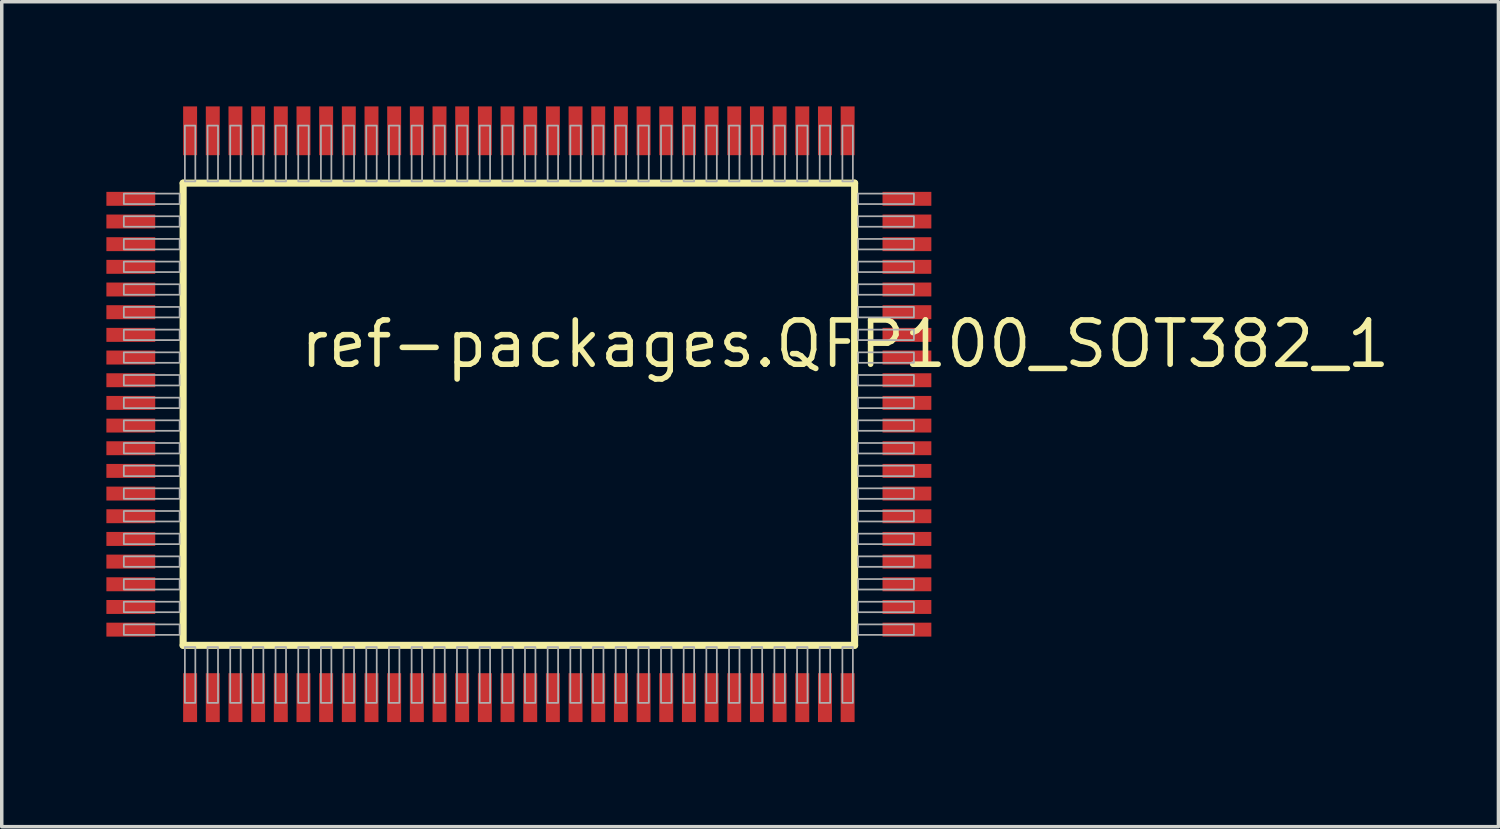
<source format=kicad_pcb>
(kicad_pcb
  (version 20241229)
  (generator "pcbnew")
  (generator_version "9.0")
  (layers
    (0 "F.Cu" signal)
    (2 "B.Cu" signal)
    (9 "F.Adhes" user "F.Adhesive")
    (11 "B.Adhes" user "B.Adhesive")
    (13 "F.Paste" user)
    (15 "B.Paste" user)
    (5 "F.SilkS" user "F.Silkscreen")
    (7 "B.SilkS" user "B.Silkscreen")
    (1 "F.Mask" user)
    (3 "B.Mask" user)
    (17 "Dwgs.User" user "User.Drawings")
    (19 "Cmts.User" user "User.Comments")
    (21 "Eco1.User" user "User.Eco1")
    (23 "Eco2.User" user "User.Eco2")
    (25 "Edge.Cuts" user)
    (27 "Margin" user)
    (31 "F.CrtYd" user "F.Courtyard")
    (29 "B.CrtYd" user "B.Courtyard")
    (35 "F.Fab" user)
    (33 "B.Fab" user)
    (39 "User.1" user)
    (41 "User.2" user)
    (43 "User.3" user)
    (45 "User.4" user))
  (footprint "ref-packages.QFP100_SOT382_1"
    (layer "F.Cu")
    (at 11.825 8.825)
    (property "Reference" "ref-packages.QFP100_SOT382_1" (at -6.35 -1.27 0) (layer "F.SilkS") (effects (font (size 1.27 1.27) (thickness 0.16)) (justify left bottom)))
    (attr smd)
    (fp_line (start -9.625 -6.625) (end 9.625 -6.625) (stroke (width 0.203) (type default)) (layer "F.SilkS"))
    (fp_line (start -9.625 6.625) (end -9.625 -6.625) (stroke (width 0.203) (type default)) (layer "F.SilkS"))
    (fp_line (start 9.625 -6.625) (end 9.625 6.625) (stroke (width 0.203) (type default)) (layer "F.SilkS"))
    (fp_line (start 9.625 6.625) (end -9.625 6.625) (stroke (width 0.203) (type default)) (layer "F.SilkS"))
    (fp_rect (start -11.325 -6.025) (end -9.725 -6.325) (stroke (width 0.05) (type default)) (fill no) (layer "F.Fab"))
    (fp_rect (start -11.325 -5.375) (end -9.725 -5.675) (stroke (width 0.05) (type default)) (fill no) (layer "F.Fab"))
    (fp_rect (start -11.325 -4.725) (end -9.725 -5.025) (stroke (width 0.05) (type default)) (fill no) (layer "F.Fab"))
    (fp_rect (start -11.325 -4.075) (end -9.725 -4.375) (stroke (width 0.05) (type default)) (fill no) (layer "F.Fab"))
    (fp_rect (start -11.325 -3.425) (end -9.725 -3.725) (stroke (width 0.05) (type default)) (fill no) (layer "F.Fab"))
    (fp_rect (start -11.325 -2.775) (end -9.725 -3.075) (stroke (width 0.05) (type default)) (fill no) (layer "F.Fab"))
    (fp_rect (start -11.325 -2.125) (end -9.725 -2.425) (stroke (width 0.05) (type default)) (fill no) (layer "F.Fab"))
    (fp_rect (start -11.325 -1.475) (end -9.725 -1.775) (stroke (width 0.05) (type default)) (fill no) (layer "F.Fab"))
    (fp_rect (start -11.325 -0.825) (end -9.725 -1.125) (stroke (width 0.05) (type default)) (fill no) (layer "F.Fab"))
    (fp_rect (start -11.325 -0.175) (end -9.725 -0.475) (stroke (width 0.05) (type default)) (fill no) (layer "F.Fab"))
    (fp_rect (start -11.325 0.475) (end -9.725 0.175) (stroke (width 0.05) (type default)) (fill no) (layer "F.Fab"))
    (fp_rect (start -11.325 1.125) (end -9.725 0.825) (stroke (width 0.05) (type default)) (fill no) (layer "F.Fab"))
    (fp_rect (start -11.325 1.775) (end -9.725 1.475) (stroke (width 0.05) (type default)) (fill no) (layer "F.Fab"))
    (fp_rect (start -11.325 2.425) (end -9.725 2.125) (stroke (width 0.05) (type default)) (fill no) (layer "F.Fab"))
    (fp_rect (start -11.325 3.075) (end -9.725 2.775) (stroke (width 0.05) (type default)) (fill no) (layer "F.Fab"))
    (fp_rect (start -11.325 3.725) (end -9.725 3.425) (stroke (width 0.05) (type default)) (fill no) (layer "F.Fab"))
    (fp_rect (start -11.325 4.375) (end -9.725 4.075) (stroke (width 0.05) (type default)) (fill no) (layer "F.Fab"))
    (fp_rect (start -11.325 5.025) (end -9.725 4.725) (stroke (width 0.05) (type default)) (fill no) (layer "F.Fab"))
    (fp_rect (start -11.325 5.675) (end -9.725 5.375) (stroke (width 0.05) (type default)) (fill no) (layer "F.Fab"))
    (fp_rect (start -11.325 6.325) (end -9.725 6.025) (stroke (width 0.05) (type default)) (fill no) (layer "F.Fab"))
    (fp_rect (start -9.575 -6.675) (end -9.275 -8.275) (stroke (width 0.05) (type default)) (fill no) (layer "F.Fab"))
    (fp_rect (start -9.575 8.275) (end -9.275 6.675) (stroke (width 0.05) (type default)) (fill no) (layer "F.Fab"))
    (fp_rect (start -8.925 -6.675) (end -8.625 -8.275) (stroke (width 0.05) (type default)) (fill no) (layer "F.Fab"))
    (fp_rect (start -8.925 8.275) (end -8.625 6.675) (stroke (width 0.05) (type default)) (fill no) (layer "F.Fab"))
    (fp_rect (start -8.275 -6.675) (end -7.975 -8.275) (stroke (width 0.05) (type default)) (fill no) (layer "F.Fab"))
    (fp_rect (start -8.275 8.275) (end -7.975 6.675) (stroke (width 0.05) (type default)) (fill no) (layer "F.Fab"))
    (fp_rect (start -7.625 -6.675) (end -7.325 -8.275) (stroke (width 0.05) (type default)) (fill no) (layer "F.Fab"))
    (fp_rect (start -7.625 8.275) (end -7.325 6.675) (stroke (width 0.05) (type default)) (fill no) (layer "F.Fab"))
    (fp_rect (start -6.975 -6.675) (end -6.675 -8.275) (stroke (width 0.05) (type default)) (fill no) (layer "F.Fab"))
    (fp_rect (start -6.975 8.275) (end -6.675 6.675) (stroke (width 0.05) (type default)) (fill no) (layer "F.Fab"))
    (fp_rect (start -6.325 -6.675) (end -6.025 -8.275) (stroke (width 0.05) (type default)) (fill no) (layer "F.Fab"))
    (fp_rect (start -6.325 8.275) (end -6.025 6.675) (stroke (width 0.05) (type default)) (fill no) (layer "F.Fab"))
    (fp_rect (start -5.675 -6.675) (end -5.375 -8.275) (stroke (width 0.05) (type default)) (fill no) (layer "F.Fab"))
    (fp_rect (start -5.675 8.275) (end -5.375 6.675) (stroke (width 0.05) (type default)) (fill no) (layer "F.Fab"))
    (fp_rect (start -5.025 -6.675) (end -4.725 -8.275) (stroke (width 0.05) (type default)) (fill no) (layer "F.Fab"))
    (fp_rect (start -5.025 8.275) (end -4.725 6.675) (stroke (width 0.05) (type default)) (fill no) (layer "F.Fab"))
    (fp_rect (start -4.375 -6.675) (end -4.075 -8.275) (stroke (width 0.05) (type default)) (fill no) (layer "F.Fab"))
    (fp_rect (start -4.375 8.275) (end -4.075 6.675) (stroke (width 0.05) (type default)) (fill no) (layer "F.Fab"))
    (fp_rect (start -3.725 -6.675) (end -3.425 -8.275) (stroke (width 0.05) (type default)) (fill no) (layer "F.Fab"))
    (fp_rect (start -3.725 8.275) (end -3.425 6.675) (stroke (width 0.05) (type default)) (fill no) (layer "F.Fab"))
    (fp_rect (start -3.075 -6.675) (end -2.775 -8.275) (stroke (width 0.05) (type default)) (fill no) (layer "F.Fab"))
    (fp_rect (start -3.075 8.275) (end -2.775 6.675) (stroke (width 0.05) (type default)) (fill no) (layer "F.Fab"))
    (fp_rect (start -2.425 -6.675) (end -2.125 -8.275) (stroke (width 0.05) (type default)) (fill no) (layer "F.Fab"))
    (fp_rect (start -2.425 8.275) (end -2.125 6.675) (stroke (width 0.05) (type default)) (fill no) (layer "F.Fab"))
    (fp_rect (start -1.775 -6.675) (end -1.475 -8.275) (stroke (width 0.05) (type default)) (fill no) (layer "F.Fab"))
    (fp_rect (start -1.775 8.275) (end -1.475 6.675) (stroke (width 0.05) (type default)) (fill no) (layer "F.Fab"))
    (fp_rect (start -1.125 -6.675) (end -0.825 -8.275) (stroke (width 0.05) (type default)) (fill no) (layer "F.Fab"))
    (fp_rect (start -1.125 8.275) (end -0.825 6.675) (stroke (width 0.05) (type default)) (fill no) (layer "F.Fab"))
    (fp_rect (start -0.475 -6.675) (end -0.175 -8.275) (stroke (width 0.05) (type default)) (fill no) (layer "F.Fab"))
    (fp_rect (start -0.475 8.275) (end -0.175 6.675) (stroke (width 0.05) (type default)) (fill no) (layer "F.Fab"))
    (fp_rect (start 0.175 -6.675) (end 0.475 -8.275) (stroke (width 0.05) (type default)) (fill no) (layer "F.Fab"))
    (fp_rect (start 0.175 8.275) (end 0.475 6.675) (stroke (width 0.05) (type default)) (fill no) (layer "F.Fab"))
    (fp_rect (start 0.825 -6.675) (end 1.125 -8.275) (stroke (width 0.05) (type default)) (fill no) (layer "F.Fab"))
    (fp_rect (start 0.825 8.275) (end 1.125 6.675) (stroke (width 0.05) (type default)) (fill no) (layer "F.Fab"))
    (fp_rect (start 1.475 -6.675) (end 1.775 -8.275) (stroke (width 0.05) (type default)) (fill no) (layer "F.Fab"))
    (fp_rect (start 1.475 8.275) (end 1.775 6.675) (stroke (width 0.05) (type default)) (fill no) (layer "F.Fab"))
    (fp_rect (start 2.125 -6.675) (end 2.425 -8.275) (stroke (width 0.05) (type default)) (fill no) (layer "F.Fab"))
    (fp_rect (start 2.125 8.275) (end 2.425 6.675) (stroke (width 0.05) (type default)) (fill no) (layer "F.Fab"))
    (fp_rect (start 2.775 -6.675) (end 3.075 -8.275) (stroke (width 0.05) (type default)) (fill no) (layer "F.Fab"))
    (fp_rect (start 2.775 8.275) (end 3.075 6.675) (stroke (width 0.05) (type default)) (fill no) (layer "F.Fab"))
    (fp_rect (start 3.425 -6.675) (end 3.725 -8.275) (stroke (width 0.05) (type default)) (fill no) (layer "F.Fab"))
    (fp_rect (start 3.425 8.275) (end 3.725 6.675) (stroke (width 0.05) (type default)) (fill no) (layer "F.Fab"))
    (fp_rect (start 4.075 -6.675) (end 4.375 -8.275) (stroke (width 0.05) (type default)) (fill no) (layer "F.Fab"))
    (fp_rect (start 4.075 8.275) (end 4.375 6.675) (stroke (width 0.05) (type default)) (fill no) (layer "F.Fab"))
    (fp_rect (start 4.725 -6.675) (end 5.025 -8.275) (stroke (width 0.05) (type default)) (fill no) (layer "F.Fab"))
    (fp_rect (start 4.725 8.275) (end 5.025 6.675) (stroke (width 0.05) (type default)) (fill no) (layer "F.Fab"))
    (fp_rect (start 5.375 -6.675) (end 5.675 -8.275) (stroke (width 0.05) (type default)) (fill no) (layer "F.Fab"))
    (fp_rect (start 5.375 8.275) (end 5.675 6.675) (stroke (width 0.05) (type default)) (fill no) (layer "F.Fab"))
    (fp_rect (start 6.025 -6.675) (end 6.325 -8.275) (stroke (width 0.05) (type default)) (fill no) (layer "F.Fab"))
    (fp_rect (start 6.025 8.275) (end 6.325 6.675) (stroke (width 0.05) (type default)) (fill no) (layer "F.Fab"))
    (fp_rect (start 6.675 -6.675) (end 6.975 -8.275) (stroke (width 0.05) (type default)) (fill no) (layer "F.Fab"))
    (fp_rect (start 6.675 8.275) (end 6.975 6.675) (stroke (width 0.05) (type default)) (fill no) (layer "F.Fab"))
    (fp_rect (start 7.325 -6.675) (end 7.625 -8.275) (stroke (width 0.05) (type default)) (fill no) (layer "F.Fab"))
    (fp_rect (start 7.325 8.275) (end 7.625 6.675) (stroke (width 0.05) (type default)) (fill no) (layer "F.Fab"))
    (fp_rect (start 7.975 -6.675) (end 8.275 -8.275) (stroke (width 0.05) (type default)) (fill no) (layer "F.Fab"))
    (fp_rect (start 7.975 8.275) (end 8.275 6.675) (stroke (width 0.05) (type default)) (fill no) (layer "F.Fab"))
    (fp_rect (start 8.625 -6.675) (end 8.925 -8.275) (stroke (width 0.05) (type default)) (fill no) (layer "F.Fab"))
    (fp_rect (start 8.625 8.275) (end 8.925 6.675) (stroke (width 0.05) (type default)) (fill no) (layer "F.Fab"))
    (fp_rect (start 9.275 -6.675) (end 9.575 -8.275) (stroke (width 0.05) (type default)) (fill no) (layer "F.Fab"))
    (fp_rect (start 9.275 8.275) (end 9.575 6.675) (stroke (width 0.05) (type default)) (fill no) (layer "F.Fab"))
    (fp_rect (start 9.725 -6.025) (end 11.325 -6.325) (stroke (width 0.05) (type default)) (fill no) (layer "F.Fab"))
    (fp_rect (start 9.725 -5.375) (end 11.325 -5.675) (stroke (width 0.05) (type default)) (fill no) (layer "F.Fab"))
    (fp_rect (start 9.725 -4.725) (end 11.325 -5.025) (stroke (width 0.05) (type default)) (fill no) (layer "F.Fab"))
    (fp_rect (start 9.725 -4.075) (end 11.325 -4.375) (stroke (width 0.05) (type default)) (fill no) (layer "F.Fab"))
    (fp_rect (start 9.725 -3.425) (end 11.325 -3.725) (stroke (width 0.05) (type default)) (fill no) (layer "F.Fab"))
    (fp_rect (start 9.725 -2.775) (end 11.325 -3.075) (stroke (width 0.05) (type default)) (fill no) (layer "F.Fab"))
    (fp_rect (start 9.725 -2.125) (end 11.325 -2.425) (stroke (width 0.05) (type default)) (fill no) (layer "F.Fab"))
    (fp_rect (start 9.725 -1.475) (end 11.325 -1.775) (stroke (width 0.05) (type default)) (fill no) (layer "F.Fab"))
    (fp_rect (start 9.725 -0.825) (end 11.325 -1.125) (stroke (width 0.05) (type default)) (fill no) (layer "F.Fab"))
    (fp_rect (start 9.725 -0.175) (end 11.325 -0.475) (stroke (width 0.05) (type default)) (fill no) (layer "F.Fab"))
    (fp_rect (start 9.725 0.475) (end 11.325 0.175) (stroke (width 0.05) (type default)) (fill no) (layer "F.Fab"))
    (fp_rect (start 9.725 1.125) (end 11.325 0.825) (stroke (width 0.05) (type default)) (fill no) (layer "F.Fab"))
    (fp_rect (start 9.725 1.775) (end 11.325 1.475) (stroke (width 0.05) (type default)) (fill no) (layer "F.Fab"))
    (fp_rect (start 9.725 2.425) (end 11.325 2.125) (stroke (width 0.05) (type default)) (fill no) (layer "F.Fab"))
    (fp_rect (start 9.725 3.075) (end 11.325 2.775) (stroke (width 0.05) (type default)) (fill no) (layer "F.Fab"))
    (fp_rect (start 9.725 3.725) (end 11.325 3.425) (stroke (width 0.05) (type default)) (fill no) (layer "F.Fab"))
    (fp_rect (start 9.725 4.375) (end 11.325 4.075) (stroke (width 0.05) (type default)) (fill no) (layer "F.Fab"))
    (fp_rect (start 9.725 5.025) (end 11.325 4.725) (stroke (width 0.05) (type default)) (fill no) (layer "F.Fab"))
    (fp_rect (start 9.725 5.675) (end 11.325 5.375) (stroke (width 0.05) (type default)) (fill no) (layer "F.Fab"))
    (fp_rect (start 9.725 6.325) (end 11.325 6.025) (stroke (width 0.05) (type default)) (fill no) (layer "F.Fab"))
    (pad "1" smd roundrect (at -9.425 8.125) (size 0.4 1.4) (layers "F.Cu" "F.Mask" "F.Paste") (roundrect_rratio 0.01))
    (pad "2" smd roundrect (at -8.775 8.125) (size 0.4 1.4) (layers "F.Cu" "F.Mask" "F.Paste") (roundrect_rratio 0.01))
    (pad "3" smd roundrect (at -8.125 8.125) (size 0.4 1.4) (layers "F.Cu" "F.Mask" "F.Paste") (roundrect_rratio 0.01))
    (pad "4" smd roundrect (at -7.475 8.125) (size 0.4 1.4) (layers "F.Cu" "F.Mask" "F.Paste") (roundrect_rratio 0.01))
    (pad "5" smd roundrect (at -6.825 8.125) (size 0.4 1.4) (layers "F.Cu" "F.Mask" "F.Paste") (roundrect_rratio 0.01))
    (pad "6" smd roundrect (at -6.175 8.125) (size 0.4 1.4) (layers "F.Cu" "F.Mask" "F.Paste") (roundrect_rratio 0.01))
    (pad "7" smd roundrect (at -5.525 8.125) (size 0.4 1.4) (layers "F.Cu" "F.Mask" "F.Paste") (roundrect_rratio 0.01))
    (pad "8" smd roundrect (at -4.875 8.125) (size 0.4 1.4) (layers "F.Cu" "F.Mask" "F.Paste") (roundrect_rratio 0.01))
    (pad "9" smd roundrect (at -4.225 8.125) (size 0.4 1.4) (layers "F.Cu" "F.Mask" "F.Paste") (roundrect_rratio 0.01))
    (pad "10" smd roundrect (at -3.575 8.125) (size 0.4 1.4) (layers "F.Cu" "F.Mask" "F.Paste") (roundrect_rratio 0.01))
    (pad "11" smd roundrect (at -2.925 8.125) (size 0.4 1.4) (layers "F.Cu" "F.Mask" "F.Paste") (roundrect_rratio 0.01))
    (pad "12" smd roundrect (at -2.275 8.125) (size 0.4 1.4) (layers "F.Cu" "F.Mask" "F.Paste") (roundrect_rratio 0.01))
    (pad "13" smd roundrect (at -1.625 8.125) (size 0.4 1.4) (layers "F.Cu" "F.Mask" "F.Paste") (roundrect_rratio 0.01))
    (pad "14" smd roundrect (at -0.975 8.125) (size 0.4 1.4) (layers "F.Cu" "F.Mask" "F.Paste") (roundrect_rratio 0.01))
    (pad "15" smd roundrect (at -0.325 8.125) (size 0.4 1.4) (layers "F.Cu" "F.Mask" "F.Paste") (roundrect_rratio 0.01))
    (pad "16" smd roundrect (at 0.325 8.125) (size 0.4 1.4) (layers "F.Cu" "F.Mask" "F.Paste") (roundrect_rratio 0.01))
    (pad "17" smd roundrect (at 0.975 8.125) (size 0.4 1.4) (layers "F.Cu" "F.Mask" "F.Paste") (roundrect_rratio 0.01))
    (pad "18" smd roundrect (at 1.625 8.125) (size 0.4 1.4) (layers "F.Cu" "F.Mask" "F.Paste") (roundrect_rratio 0.01))
    (pad "19" smd roundrect (at 2.275 8.125) (size 0.4 1.4) (layers "F.Cu" "F.Mask" "F.Paste") (roundrect_rratio 0.01))
    (pad "20" smd roundrect (at 2.925 8.125) (size 0.4 1.4) (layers "F.Cu" "F.Mask" "F.Paste") (roundrect_rratio 0.01))
    (pad "21" smd roundrect (at 3.575 8.125) (size 0.4 1.4) (layers "F.Cu" "F.Mask" "F.Paste") (roundrect_rratio 0.01))
    (pad "22" smd roundrect (at 4.225 8.125) (size 0.4 1.4) (layers "F.Cu" "F.Mask" "F.Paste") (roundrect_rratio 0.01))
    (pad "23" smd roundrect (at 4.875 8.125) (size 0.4 1.4) (layers "F.Cu" "F.Mask" "F.Paste") (roundrect_rratio 0.01))
    (pad "24" smd roundrect (at 5.525 8.125) (size 0.4 1.4) (layers "F.Cu" "F.Mask" "F.Paste") (roundrect_rratio 0.01))
    (pad "25" smd roundrect (at 6.175 8.125) (size 0.4 1.4) (layers "F.Cu" "F.Mask" "F.Paste") (roundrect_rratio 0.01))
    (pad "26" smd roundrect (at 6.825 8.125) (size 0.4 1.4) (layers "F.Cu" "F.Mask" "F.Paste") (roundrect_rratio 0.01))
    (pad "27" smd roundrect (at 7.475 8.125) (size 0.4 1.4) (layers "F.Cu" "F.Mask" "F.Paste") (roundrect_rratio 0.01))
    (pad "28" smd roundrect (at 8.125 8.125) (size 0.4 1.4) (layers "F.Cu" "F.Mask" "F.Paste") (roundrect_rratio 0.01))
    (pad "29" smd roundrect (at 8.775 8.125) (size 0.4 1.4) (layers "F.Cu" "F.Mask" "F.Paste") (roundrect_rratio 0.01))
    (pad "30" smd roundrect (at 9.425 8.125) (size 0.4 1.4) (layers "F.Cu" "F.Mask" "F.Paste") (roundrect_rratio 0.01))
    (pad "31" smd roundrect (at 11.125 6.175) (size 1.4 0.4) (layers "F.Cu" "F.Mask" "F.Paste") (roundrect_rratio 0.01))
    (pad "32" smd roundrect (at 11.125 5.525) (size 1.4 0.4) (layers "F.Cu" "F.Mask" "F.Paste") (roundrect_rratio 0.01))
    (pad "33" smd roundrect (at 11.125 4.875) (size 1.4 0.4) (layers "F.Cu" "F.Mask" "F.Paste") (roundrect_rratio 0.01))
    (pad "34" smd roundrect (at 11.125 4.225) (size 1.4 0.4) (layers "F.Cu" "F.Mask" "F.Paste") (roundrect_rratio 0.01))
    (pad "35" smd roundrect (at 11.125 3.575) (size 1.4 0.4) (layers "F.Cu" "F.Mask" "F.Paste") (roundrect_rratio 0.01))
    (pad "36" smd roundrect (at 11.125 2.925) (size 1.4 0.4) (layers "F.Cu" "F.Mask" "F.Paste") (roundrect_rratio 0.01))
    (pad "37" smd roundrect (at 11.125 2.275) (size 1.4 0.4) (layers "F.Cu" "F.Mask" "F.Paste") (roundrect_rratio 0.01))
    (pad "38" smd roundrect (at 11.125 1.625) (size 1.4 0.4) (layers "F.Cu" "F.Mask" "F.Paste") (roundrect_rratio 0.01))
    (pad "39" smd roundrect (at 11.125 0.975) (size 1.4 0.4) (layers "F.Cu" "F.Mask" "F.Paste") (roundrect_rratio 0.01))
    (pad "40" smd roundrect (at 11.125 0.325) (size 1.4 0.4) (layers "F.Cu" "F.Mask" "F.Paste") (roundrect_rratio 0.01))
    (pad "41" smd roundrect (at 11.125 -0.325) (size 1.4 0.4) (layers "F.Cu" "F.Mask" "F.Paste") (roundrect_rratio 0.01))
    (pad "42" smd roundrect (at 11.125 -0.975) (size 1.4 0.4) (layers "F.Cu" "F.Mask" "F.Paste") (roundrect_rratio 0.01))
    (pad "43" smd roundrect (at 11.125 -1.625) (size 1.4 0.4) (layers "F.Cu" "F.Mask" "F.Paste") (roundrect_rratio 0.01))
    (pad "44" smd roundrect (at 11.125 -2.275) (size 1.4 0.4) (layers "F.Cu" "F.Mask" "F.Paste") (roundrect_rratio 0.01))
    (pad "45" smd roundrect (at 11.125 -2.925) (size 1.4 0.4) (layers "F.Cu" "F.Mask" "F.Paste") (roundrect_rratio 0.01))
    (pad "46" smd roundrect (at 11.125 -3.575) (size 1.4 0.4) (layers "F.Cu" "F.Mask" "F.Paste") (roundrect_rratio 0.01))
    (pad "47" smd roundrect (at 11.125 -4.225) (size 1.4 0.4) (layers "F.Cu" "F.Mask" "F.Paste") (roundrect_rratio 0.01))
    (pad "48" smd roundrect (at 11.125 -4.875) (size 1.4 0.4) (layers "F.Cu" "F.Mask" "F.Paste") (roundrect_rratio 0.01))
    (pad "49" smd roundrect (at 11.125 -5.525) (size 1.4 0.4) (layers "F.Cu" "F.Mask" "F.Paste") (roundrect_rratio 0.01))
    (pad "50" smd roundrect (at 11.125 -6.175) (size 1.4 0.4) (layers "F.Cu" "F.Mask" "F.Paste") (roundrect_rratio 0.01))
    (pad "51" smd roundrect (at 9.425 -8.125) (size 0.4 1.4) (layers "F.Cu" "F.Mask" "F.Paste") (roundrect_rratio 0.01))
    (pad "52" smd roundrect (at 8.775 -8.125) (size 0.4 1.4) (layers "F.Cu" "F.Mask" "F.Paste") (roundrect_rratio 0.01))
    (pad "53" smd roundrect (at 8.125 -8.125) (size 0.4 1.4) (layers "F.Cu" "F.Mask" "F.Paste") (roundrect_rratio 0.01))
    (pad "54" smd roundrect (at 7.475 -8.125) (size 0.4 1.4) (layers "F.Cu" "F.Mask" "F.Paste") (roundrect_rratio 0.01))
    (pad "55" smd roundrect (at 6.825 -8.125) (size 0.4 1.4) (layers "F.Cu" "F.Mask" "F.Paste") (roundrect_rratio 0.01))
    (pad "56" smd roundrect (at 6.175 -8.125) (size 0.4 1.4) (layers "F.Cu" "F.Mask" "F.Paste") (roundrect_rratio 0.01))
    (pad "57" smd roundrect (at 5.525 -8.125) (size 0.4 1.4) (layers "F.Cu" "F.Mask" "F.Paste") (roundrect_rratio 0.01))
    (pad "58" smd roundrect (at 4.875 -8.125) (size 0.4 1.4) (layers "F.Cu" "F.Mask" "F.Paste") (roundrect_rratio 0.01))
    (pad "59" smd roundrect (at 4.225 -8.125) (size 0.4 1.4) (layers "F.Cu" "F.Mask" "F.Paste") (roundrect_rratio 0.01))
    (pad "60" smd roundrect (at 3.575 -8.125) (size 0.4 1.4) (layers "F.Cu" "F.Mask" "F.Paste") (roundrect_rratio 0.01))
    (pad "61" smd roundrect (at 2.925 -8.125) (size 0.4 1.4) (layers "F.Cu" "F.Mask" "F.Paste") (roundrect_rratio 0.01))
    (pad "62" smd roundrect (at 2.275 -8.125) (size 0.4 1.4) (layers "F.Cu" "F.Mask" "F.Paste") (roundrect_rratio 0.01))
    (pad "63" smd roundrect (at 1.625 -8.125) (size 0.4 1.4) (layers "F.Cu" "F.Mask" "F.Paste") (roundrect_rratio 0.01))
    (pad "64" smd roundrect (at 0.975 -8.125) (size 0.4 1.4) (layers "F.Cu" "F.Mask" "F.Paste") (roundrect_rratio 0.01))
    (pad "65" smd roundrect (at 0.325 -8.125) (size 0.4 1.4) (layers "F.Cu" "F.Mask" "F.Paste") (roundrect_rratio 0.01))
    (pad "66" smd roundrect (at -0.325 -8.125) (size 0.4 1.4) (layers "F.Cu" "F.Mask" "F.Paste") (roundrect_rratio 0.01))
    (pad "67" smd roundrect (at -0.975 -8.125) (size 0.4 1.4) (layers "F.Cu" "F.Mask" "F.Paste") (roundrect_rratio 0.01))
    (pad "68" smd roundrect (at -1.625 -8.125) (size 0.4 1.4) (layers "F.Cu" "F.Mask" "F.Paste") (roundrect_rratio 0.01))
    (pad "69" smd roundrect (at -2.275 -8.125) (size 0.4 1.4) (layers "F.Cu" "F.Mask" "F.Paste") (roundrect_rratio 0.01))
    (pad "70" smd roundrect (at -2.925 -8.125) (size 0.4 1.4) (layers "F.Cu" "F.Mask" "F.Paste") (roundrect_rratio 0.01))
    (pad "71" smd roundrect (at -3.575 -8.125) (size 0.4 1.4) (layers "F.Cu" "F.Mask" "F.Paste") (roundrect_rratio 0.01))
    (pad "72" smd roundrect (at -4.225 -8.125) (size 0.4 1.4) (layers "F.Cu" "F.Mask" "F.Paste") (roundrect_rratio 0.01))
    (pad "73" smd roundrect (at -4.875 -8.125) (size 0.4 1.4) (layers "F.Cu" "F.Mask" "F.Paste") (roundrect_rratio 0.01))
    (pad "74" smd roundrect (at -5.525 -8.125) (size 0.4 1.4) (layers "F.Cu" "F.Mask" "F.Paste") (roundrect_rratio 0.01))
    (pad "75" smd roundrect (at -6.175 -8.125) (size 0.4 1.4) (layers "F.Cu" "F.Mask" "F.Paste") (roundrect_rratio 0.01))
    (pad "76" smd roundrect (at -6.825 -8.125) (size 0.4 1.4) (layers "F.Cu" "F.Mask" "F.Paste") (roundrect_rratio 0.01))
    (pad "77" smd roundrect (at -7.475 -8.125) (size 0.4 1.4) (layers "F.Cu" "F.Mask" "F.Paste") (roundrect_rratio 0.01))
    (pad "78" smd roundrect (at -8.125 -8.125) (size 0.4 1.4) (layers "F.Cu" "F.Mask" "F.Paste") (roundrect_rratio 0.01))
    (pad "79" smd roundrect (at -8.775 -8.125) (size 0.4 1.4) (layers "F.Cu" "F.Mask" "F.Paste") (roundrect_rratio 0.01))
    (pad "80" smd roundrect (at -9.425 -8.125) (size 0.4 1.4) (layers "F.Cu" "F.Mask" "F.Paste") (roundrect_rratio 0.01))
    (pad "81" smd roundrect (at -11.125 -6.175) (size 1.4 0.4) (layers "F.Cu" "F.Mask" "F.Paste") (roundrect_rratio 0.01))
    (pad "82" smd roundrect (at -11.125 -5.525) (size 1.4 0.4) (layers "F.Cu" "F.Mask" "F.Paste") (roundrect_rratio 0.01))
    (pad "83" smd roundrect (at -11.125 -4.875) (size 1.4 0.4) (layers "F.Cu" "F.Mask" "F.Paste") (roundrect_rratio 0.01))
    (pad "84" smd roundrect (at -11.125 -4.225) (size 1.4 0.4) (layers "F.Cu" "F.Mask" "F.Paste") (roundrect_rratio 0.01))
    (pad "85" smd roundrect (at -11.125 -3.575) (size 1.4 0.4) (layers "F.Cu" "F.Mask" "F.Paste") (roundrect_rratio 0.01))
    (pad "86" smd roundrect (at -11.125 -2.925) (size 1.4 0.4) (layers "F.Cu" "F.Mask" "F.Paste") (roundrect_rratio 0.01))
    (pad "87" smd roundrect (at -11.125 -2.275) (size 1.4 0.4) (layers "F.Cu" "F.Mask" "F.Paste") (roundrect_rratio 0.01))
    (pad "88" smd roundrect (at -11.125 -1.625) (size 1.4 0.4) (layers "F.Cu" "F.Mask" "F.Paste") (roundrect_rratio 0.01))
    (pad "89" smd roundrect (at -11.125 -0.975) (size 1.4 0.4) (layers "F.Cu" "F.Mask" "F.Paste") (roundrect_rratio 0.01))
    (pad "90" smd roundrect (at -11.125 -0.325) (size 1.4 0.4) (layers "F.Cu" "F.Mask" "F.Paste") (roundrect_rratio 0.01))
    (pad "91" smd roundrect (at -11.125 0.325) (size 1.4 0.4) (layers "F.Cu" "F.Mask" "F.Paste") (roundrect_rratio 0.01))
    (pad "92" smd roundrect (at -11.125 0.975) (size 1.4 0.4) (layers "F.Cu" "F.Mask" "F.Paste") (roundrect_rratio 0.01))
    (pad "93" smd roundrect (at -11.125 1.625) (size 1.4 0.4) (layers "F.Cu" "F.Mask" "F.Paste") (roundrect_rratio 0.01))
    (pad "94" smd roundrect (at -11.125 2.275) (size 1.4 0.4) (layers "F.Cu" "F.Mask" "F.Paste") (roundrect_rratio 0.01))
    (pad "95" smd roundrect (at -11.125 2.925) (size 1.4 0.4) (layers "F.Cu" "F.Mask" "F.Paste") (roundrect_rratio 0.01))
    (pad "96" smd roundrect (at -11.125 3.575) (size 1.4 0.4) (layers "F.Cu" "F.Mask" "F.Paste") (roundrect_rratio 0.01))
    (pad "97" smd roundrect (at -11.125 4.225) (size 1.4 0.4) (layers "F.Cu" "F.Mask" "F.Paste") (roundrect_rratio 0.01))
    (pad "98" smd roundrect (at -11.125 4.875) (size 1.4 0.4) (layers "F.Cu" "F.Mask" "F.Paste") (roundrect_rratio 0.01))
    (pad "99" smd roundrect (at -11.125 5.525) (size 1.4 0.4) (layers "F.Cu" "F.Mask" "F.Paste") (roundrect_rratio 0.01))
    (pad "100" smd roundrect (at -11.125 6.175) (size 1.4 0.4) (layers "F.Cu" "F.Mask" "F.Paste") (roundrect_rratio 0.01)))
  (gr_rect
    (start -3 -3)
    (end 39.907 20.65)
    (stroke (width 0.1) (type default))
    (fill no)
    (layer "Edge.Cuts")))
</source>
